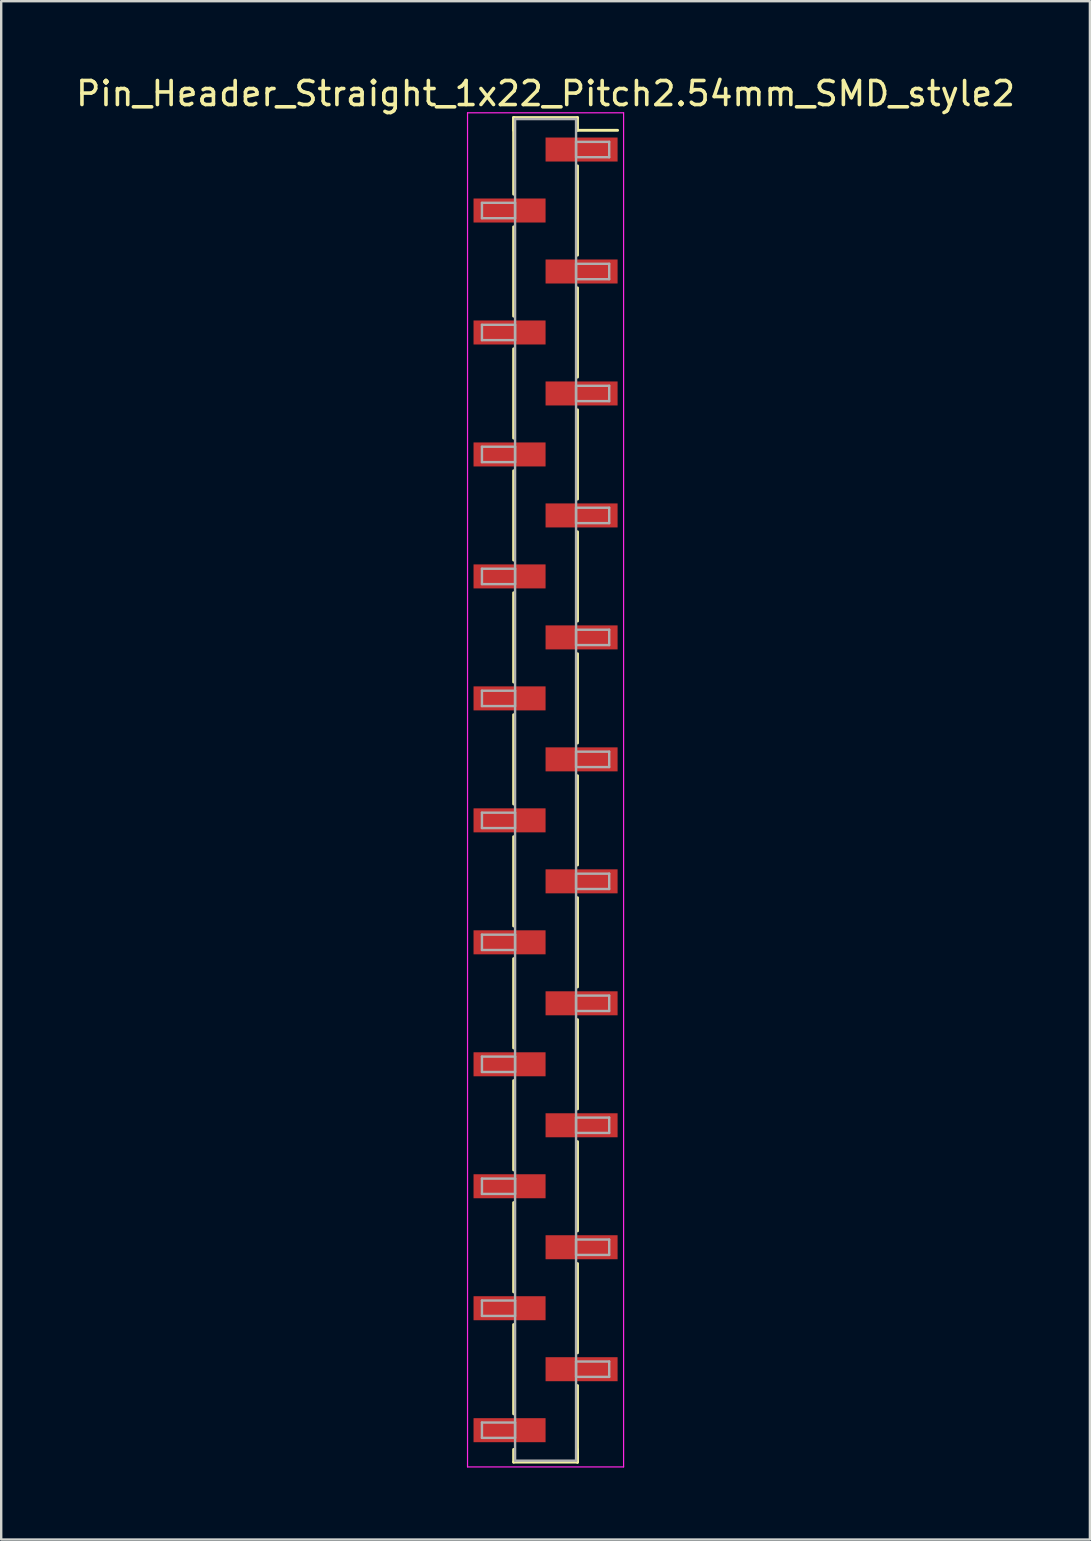
<source format=kicad_pcb>
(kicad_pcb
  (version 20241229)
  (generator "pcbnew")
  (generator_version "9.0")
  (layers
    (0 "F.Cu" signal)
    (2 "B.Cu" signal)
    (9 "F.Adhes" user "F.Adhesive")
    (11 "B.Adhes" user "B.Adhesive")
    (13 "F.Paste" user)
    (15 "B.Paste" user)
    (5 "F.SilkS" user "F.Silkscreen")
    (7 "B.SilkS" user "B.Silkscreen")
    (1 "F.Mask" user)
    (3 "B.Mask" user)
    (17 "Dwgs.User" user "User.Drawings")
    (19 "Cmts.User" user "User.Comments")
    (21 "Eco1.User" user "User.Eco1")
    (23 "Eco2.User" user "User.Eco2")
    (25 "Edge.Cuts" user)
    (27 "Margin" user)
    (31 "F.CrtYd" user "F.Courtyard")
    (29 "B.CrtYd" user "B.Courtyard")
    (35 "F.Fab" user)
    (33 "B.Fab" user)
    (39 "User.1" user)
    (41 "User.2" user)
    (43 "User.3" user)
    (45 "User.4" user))
  (footprint "Pin_Header_Straight_1x22_Pitch2.54mm_SMD_style2"
    (layer "F.Cu")
    (at 19.673 29.848)
    (property "Reference" "Pin_Header_Straight_1x22_Pitch2.54mm_SMD_style2" (at 0 -29 0) (layer "F.SilkS") (effects (font (size 1 1) (thickness 0.15))))
    (attr smd)
    (fp_line (start -1.33 -28) (end -1.33 -24.81) (stroke (width 0.12) (type solid)) (layer "F.SilkS"))
    (fp_line (start -1.33 -28) (end 1.33 -28) (stroke (width 0.12) (type solid)) (layer "F.SilkS"))
    (fp_line (start -1.33 -27.47) (end -1.33 -28) (stroke (width 0.12) (type solid)) (layer "F.SilkS"))
    (fp_line (start -1.33 -23.45) (end -1.33 -19.73) (stroke (width 0.12) (type solid)) (layer "F.SilkS"))
    (fp_line (start -1.33 -18.37) (end -1.33 -14.65) (stroke (width 0.12) (type solid)) (layer "F.SilkS"))
    (fp_line (start -1.33 -13.29) (end -1.33 -9.57) (stroke (width 0.12) (type solid)) (layer "F.SilkS"))
    (fp_line (start -1.33 -8.21) (end -1.33 -4.49) (stroke (width 0.12) (type solid)) (layer "F.SilkS"))
    (fp_line (start -1.33 -3.13) (end -1.33 0.59) (stroke (width 0.12) (type solid)) (layer "F.SilkS"))
    (fp_line (start -1.33 1.95) (end -1.33 5.67) (stroke (width 0.12) (type solid)) (layer "F.SilkS"))
    (fp_line (start -1.33 7.03) (end -1.33 10.75) (stroke (width 0.12) (type solid)) (layer "F.SilkS"))
    (fp_line (start -1.33 12.11) (end -1.33 15.83) (stroke (width 0.12) (type solid)) (layer "F.SilkS"))
    (fp_line (start -1.33 17.19) (end -1.33 20.91) (stroke (width 0.12) (type solid)) (layer "F.SilkS"))
    (fp_line (start -1.33 22.27) (end -1.33 25.99) (stroke (width 0.12) (type solid)) (layer "F.SilkS"))
    (fp_line (start -1.33 27.47) (end -1.33 28) (stroke (width 0.12) (type solid)) (layer "F.SilkS"))
    (fp_line (start -1.33 28) (end 1.33 28) (stroke (width 0.12) (type solid)) (layer "F.SilkS"))
    (fp_line (start 1.33 -28) (end 1.33 -27.47) (stroke (width 0.12) (type solid)) (layer "F.SilkS"))
    (fp_line (start 1.33 -27.47) (end 3 -27.47) (stroke (width 0.12) (type solid)) (layer "F.SilkS"))
    (fp_line (start 1.33 -25.99) (end 1.33 -22.27) (stroke (width 0.12) (type solid)) (layer "F.SilkS"))
    (fp_line (start 1.33 -20.91) (end 1.33 -17.19) (stroke (width 0.12) (type solid)) (layer "F.SilkS"))
    (fp_line (start 1.33 -15.83) (end 1.33 -12.11) (stroke (width 0.12) (type solid)) (layer "F.SilkS"))
    (fp_line (start 1.33 -10.75) (end 1.33 -7.03) (stroke (width 0.12) (type solid)) (layer "F.SilkS"))
    (fp_line (start 1.33 -5.67) (end 1.33 -1.95) (stroke (width 0.12) (type solid)) (layer "F.SilkS"))
    (fp_line (start 1.33 -0.59) (end 1.33 3.13) (stroke (width 0.12) (type solid)) (layer "F.SilkS"))
    (fp_line (start 1.33 4.49) (end 1.33 8.21) (stroke (width 0.12) (type solid)) (layer "F.SilkS"))
    (fp_line (start 1.33 9.57) (end 1.33 13.29) (stroke (width 0.12) (type solid)) (layer "F.SilkS"))
    (fp_line (start 1.33 14.65) (end 1.33 18.37) (stroke (width 0.12) (type solid)) (layer "F.SilkS"))
    (fp_line (start 1.33 19.73) (end 1.33 23.45) (stroke (width 0.12) (type solid)) (layer "F.SilkS"))
    (fp_line (start 1.33 24.81) (end 1.33 28) (stroke (width 0.12) (type solid)) (layer "F.SilkS"))
    (fp_line (start 1.33 28) (end 1.33 27.47) (stroke (width 0.12) (type solid)) (layer "F.SilkS"))
    (fp_line (start -3.25 -28.2) (end -3.25 28.2) (stroke (width 0.05) (type solid)) (layer "F.CrtYd"))
    (fp_line (start -3.25 28.2) (end 3.25 28.2) (stroke (width 0.05) (type solid)) (layer "F.CrtYd"))
    (fp_line (start 3.25 -28.2) (end -3.25 -28.2) (stroke (width 0.05) (type solid)) (layer "F.CrtYd"))
    (fp_line (start 3.25 28.2) (end 3.25 -28.2) (stroke (width 0.05) (type solid)) (layer "F.CrtYd"))
    (fp_line (start -2.65 -24.45) (end -1.27 -24.45) (stroke (width 0.1) (type solid)) (layer "F.Fab"))
    (fp_line (start -2.65 -23.81) (end -2.65 -24.45) (stroke (width 0.1) (type solid)) (layer "F.Fab"))
    (fp_line (start -2.65 -19.37) (end -1.27 -19.37) (stroke (width 0.1) (type solid)) (layer "F.Fab"))
    (fp_line (start -2.65 -18.73) (end -2.65 -19.37) (stroke (width 0.1) (type solid)) (layer "F.Fab"))
    (fp_line (start -2.65 -14.29) (end -1.27 -14.29) (stroke (width 0.1) (type solid)) (layer "F.Fab"))
    (fp_line (start -2.65 -13.65) (end -2.65 -14.29) (stroke (width 0.1) (type solid)) (layer "F.Fab"))
    (fp_line (start -2.65 -9.21) (end -1.27 -9.21) (stroke (width 0.1) (type solid)) (layer "F.Fab"))
    (fp_line (start -2.65 -8.57) (end -2.65 -9.21) (stroke (width 0.1) (type solid)) (layer "F.Fab"))
    (fp_line (start -2.65 -4.13) (end -1.27 -4.13) (stroke (width 0.1) (type solid)) (layer "F.Fab"))
    (fp_line (start -2.65 -3.49) (end -2.65 -4.13) (stroke (width 0.1) (type solid)) (layer "F.Fab"))
    (fp_line (start -2.65 0.95) (end -1.27 0.95) (stroke (width 0.1) (type solid)) (layer "F.Fab"))
    (fp_line (start -2.65 1.59) (end -2.65 0.95) (stroke (width 0.1) (type solid)) (layer "F.Fab"))
    (fp_line (start -2.65 6.03) (end -1.27 6.03) (stroke (width 0.1) (type solid)) (layer "F.Fab"))
    (fp_line (start -2.65 6.67) (end -2.65 6.03) (stroke (width 0.1) (type solid)) (layer "F.Fab"))
    (fp_line (start -2.65 11.11) (end -1.27 11.11) (stroke (width 0.1) (type solid)) (layer "F.Fab"))
    (fp_line (start -2.65 11.75) (end -2.65 11.11) (stroke (width 0.1) (type solid)) (layer "F.Fab"))
    (fp_line (start -2.65 16.19) (end -1.27 16.19) (stroke (width 0.1) (type solid)) (layer "F.Fab"))
    (fp_line (start -2.65 16.83) (end -2.65 16.19) (stroke (width 0.1) (type solid)) (layer "F.Fab"))
    (fp_line (start -2.65 21.27) (end -1.27 21.27) (stroke (width 0.1) (type solid)) (layer "F.Fab"))
    (fp_line (start -2.65 21.91) (end -2.65 21.27) (stroke (width 0.1) (type solid)) (layer "F.Fab"))
    (fp_line (start -2.65 26.35) (end -1.27 26.35) (stroke (width 0.1) (type solid)) (layer "F.Fab"))
    (fp_line (start -2.65 26.99) (end -2.65 26.35) (stroke (width 0.1) (type solid)) (layer "F.Fab"))
    (fp_line (start -1.27 -27.94) (end -1.27 27.94) (stroke (width 0.1) (type solid)) (layer "F.Fab"))
    (fp_line (start -1.27 -24.45) (end -1.27 -23.81) (stroke (width 0.1) (type solid)) (layer "F.Fab"))
    (fp_line (start -1.27 -23.81) (end -2.65 -23.81) (stroke (width 0.1) (type solid)) (layer "F.Fab"))
    (fp_line (start -1.27 -19.37) (end -1.27 -18.73) (stroke (width 0.1) (type solid)) (layer "F.Fab"))
    (fp_line (start -1.27 -18.73) (end -2.65 -18.73) (stroke (width 0.1) (type solid)) (layer "F.Fab"))
    (fp_line (start -1.27 -14.29) (end -1.27 -13.65) (stroke (width 0.1) (type solid)) (layer "F.Fab"))
    (fp_line (start -1.27 -13.65) (end -2.65 -13.65) (stroke (width 0.1) (type solid)) (layer "F.Fab"))
    (fp_line (start -1.27 -9.21) (end -1.27 -8.57) (stroke (width 0.1) (type solid)) (layer "F.Fab"))
    (fp_line (start -1.27 -8.57) (end -2.65 -8.57) (stroke (width 0.1) (type solid)) (layer "F.Fab"))
    (fp_line (start -1.27 -4.13) (end -1.27 -3.49) (stroke (width 0.1) (type solid)) (layer "F.Fab"))
    (fp_line (start -1.27 -3.49) (end -2.65 -3.49) (stroke (width 0.1) (type solid)) (layer "F.Fab"))
    (fp_line (start -1.27 0.95) (end -1.27 1.59) (stroke (width 0.1) (type solid)) (layer "F.Fab"))
    (fp_line (start -1.27 1.59) (end -2.65 1.59) (stroke (width 0.1) (type solid)) (layer "F.Fab"))
    (fp_line (start -1.27 6.03) (end -1.27 6.67) (stroke (width 0.1) (type solid)) (layer "F.Fab"))
    (fp_line (start -1.27 6.67) (end -2.65 6.67) (stroke (width 0.1) (type solid)) (layer "F.Fab"))
    (fp_line (start -1.27 11.11) (end -1.27 11.75) (stroke (width 0.1) (type solid)) (layer "F.Fab"))
    (fp_line (start -1.27 11.75) (end -2.65 11.75) (stroke (width 0.1) (type solid)) (layer "F.Fab"))
    (fp_line (start -1.27 16.19) (end -1.27 16.83) (stroke (width 0.1) (type solid)) (layer "F.Fab"))
    (fp_line (start -1.27 16.83) (end -2.65 16.83) (stroke (width 0.1) (type solid)) (layer "F.Fab"))
    (fp_line (start -1.27 21.27) (end -1.27 21.91) (stroke (width 0.1) (type solid)) (layer "F.Fab"))
    (fp_line (start -1.27 21.91) (end -2.65 21.91) (stroke (width 0.1) (type solid)) (layer "F.Fab"))
    (fp_line (start -1.27 26.35) (end -1.27 26.99) (stroke (width 0.1) (type solid)) (layer "F.Fab"))
    (fp_line (start -1.27 26.99) (end -2.65 26.99) (stroke (width 0.1) (type solid)) (layer "F.Fab"))
    (fp_line (start -1.27 27.94) (end 1.27 27.94) (stroke (width 0.1) (type solid)) (layer "F.Fab"))
    (fp_line (start 1.27 -27.94) (end -1.27 -27.94) (stroke (width 0.1) (type solid)) (layer "F.Fab"))
    (fp_line (start 1.27 -26.99) (end 1.27 -26.35) (stroke (width 0.1) (type solid)) (layer "F.Fab"))
    (fp_line (start 1.27 -26.35) (end 2.65 -26.35) (stroke (width 0.1) (type solid)) (layer "F.Fab"))
    (fp_line (start 1.27 -21.91) (end 1.27 -21.27) (stroke (width 0.1) (type solid)) (layer "F.Fab"))
    (fp_line (start 1.27 -21.27) (end 2.65 -21.27) (stroke (width 0.1) (type solid)) (layer "F.Fab"))
    (fp_line (start 1.27 -16.83) (end 1.27 -16.19) (stroke (width 0.1) (type solid)) (layer "F.Fab"))
    (fp_line (start 1.27 -16.19) (end 2.65 -16.19) (stroke (width 0.1) (type solid)) (layer "F.Fab"))
    (fp_line (start 1.27 -11.75) (end 1.27 -11.11) (stroke (width 0.1) (type solid)) (layer "F.Fab"))
    (fp_line (start 1.27 -11.11) (end 2.65 -11.11) (stroke (width 0.1) (type solid)) (layer "F.Fab"))
    (fp_line (start 1.27 -6.67) (end 1.27 -6.03) (stroke (width 0.1) (type solid)) (layer "F.Fab"))
    (fp_line (start 1.27 -6.03) (end 2.65 -6.03) (stroke (width 0.1) (type solid)) (layer "F.Fab"))
    (fp_line (start 1.27 -1.59) (end 1.27 -0.95) (stroke (width 0.1) (type solid)) (layer "F.Fab"))
    (fp_line (start 1.27 -0.95) (end 2.65 -0.95) (stroke (width 0.1) (type solid)) (layer "F.Fab"))
    (fp_line (start 1.27 3.49) (end 1.27 4.13) (stroke (width 0.1) (type solid)) (layer "F.Fab"))
    (fp_line (start 1.27 4.13) (end 2.65 4.13) (stroke (width 0.1) (type solid)) (layer "F.Fab"))
    (fp_line (start 1.27 8.57) (end 1.27 9.21) (stroke (width 0.1) (type solid)) (layer "F.Fab"))
    (fp_line (start 1.27 9.21) (end 2.65 9.21) (stroke (width 0.1) (type solid)) (layer "F.Fab"))
    (fp_line (start 1.27 13.65) (end 1.27 14.29) (stroke (width 0.1) (type solid)) (layer "F.Fab"))
    (fp_line (start 1.27 14.29) (end 2.65 14.29) (stroke (width 0.1) (type solid)) (layer "F.Fab"))
    (fp_line (start 1.27 18.73) (end 1.27 19.37) (stroke (width 0.1) (type solid)) (layer "F.Fab"))
    (fp_line (start 1.27 19.37) (end 2.65 19.37) (stroke (width 0.1) (type solid)) (layer "F.Fab"))
    (fp_line (start 1.27 23.81) (end 1.27 24.45) (stroke (width 0.1) (type solid)) (layer "F.Fab"))
    (fp_line (start 1.27 24.45) (end 2.65 24.45) (stroke (width 0.1) (type solid)) (layer "F.Fab"))
    (fp_line (start 1.27 27.94) (end 1.27 -27.94) (stroke (width 0.1) (type solid)) (layer "F.Fab"))
    (fp_line (start 2.65 -26.99) (end 1.27 -26.99) (stroke (width 0.1) (type solid)) (layer "F.Fab"))
    (fp_line (start 2.65 -26.35) (end 2.65 -26.99) (stroke (width 0.1) (type solid)) (layer "F.Fab"))
    (fp_line (start 2.65 -21.91) (end 1.27 -21.91) (stroke (width 0.1) (type solid)) (layer "F.Fab"))
    (fp_line (start 2.65 -21.27) (end 2.65 -21.91) (stroke (width 0.1) (type solid)) (layer "F.Fab"))
    (fp_line (start 2.65 -16.83) (end 1.27 -16.83) (stroke (width 0.1) (type solid)) (layer "F.Fab"))
    (fp_line (start 2.65 -16.19) (end 2.65 -16.83) (stroke (width 0.1) (type solid)) (layer "F.Fab"))
    (fp_line (start 2.65 -11.75) (end 1.27 -11.75) (stroke (width 0.1) (type solid)) (layer "F.Fab"))
    (fp_line (start 2.65 -11.11) (end 2.65 -11.75) (stroke (width 0.1) (type solid)) (layer "F.Fab"))
    (fp_line (start 2.65 -6.67) (end 1.27 -6.67) (stroke (width 0.1) (type solid)) (layer "F.Fab"))
    (fp_line (start 2.65 -6.03) (end 2.65 -6.67) (stroke (width 0.1) (type solid)) (layer "F.Fab"))
    (fp_line (start 2.65 -1.59) (end 1.27 -1.59) (stroke (width 0.1) (type solid)) (layer "F.Fab"))
    (fp_line (start 2.65 -0.95) (end 2.65 -1.59) (stroke (width 0.1) (type solid)) (layer "F.Fab"))
    (fp_line (start 2.65 3.49) (end 1.27 3.49) (stroke (width 0.1) (type solid)) (layer "F.Fab"))
    (fp_line (start 2.65 4.13) (end 2.65 3.49) (stroke (width 0.1) (type solid)) (layer "F.Fab"))
    (fp_line (start 2.65 8.57) (end 1.27 8.57) (stroke (width 0.1) (type solid)) (layer "F.Fab"))
    (fp_line (start 2.65 9.21) (end 2.65 8.57) (stroke (width 0.1) (type solid)) (layer "F.Fab"))
    (fp_line (start 2.65 13.65) (end 1.27 13.65) (stroke (width 0.1) (type solid)) (layer "F.Fab"))
    (fp_line (start 2.65 14.29) (end 2.65 13.65) (stroke (width 0.1) (type solid)) (layer "F.Fab"))
    (fp_line (start 2.65 18.73) (end 1.27 18.73) (stroke (width 0.1) (type solid)) (layer "F.Fab"))
    (fp_line (start 2.65 19.37) (end 2.65 18.73) (stroke (width 0.1) (type solid)) (layer "F.Fab"))
    (fp_line (start 2.65 23.81) (end 1.27 23.81) (stroke (width 0.1) (type solid)) (layer "F.Fab"))
    (fp_line (start 2.65 24.45) (end 2.65 23.81) (stroke (width 0.1) (type solid)) (layer "F.Fab"))
    (pad "1" smd rect (at 1.5 -26.67) (size 3 1) (layers "F.Cu" "F.Mask"))
    (pad "2" smd rect (at -1.5 -24.13) (size 3 1) (layers "F.Cu" "F.Mask"))
    (pad "3" smd rect (at 1.5 -21.59) (size 3 1) (layers "F.Cu" "F.Mask"))
    (pad "4" smd rect (at -1.5 -19.05) (size 3 1) (layers "F.Cu" "F.Mask"))
    (pad "5" smd rect (at 1.5 -16.51) (size 3 1) (layers "F.Cu" "F.Mask"))
    (pad "6" smd rect (at -1.5 -13.97) (size 3 1) (layers "F.Cu" "F.Mask"))
    (pad "7" smd rect (at 1.5 -11.43) (size 3 1) (layers "F.Cu" "F.Mask"))
    (pad "8" smd rect (at -1.5 -8.89) (size 3 1) (layers "F.Cu" "F.Mask"))
    (pad "9" smd rect (at 1.5 -6.35) (size 3 1) (layers "F.Cu" "F.Mask"))
    (pad "10" smd rect (at -1.5 -3.81) (size 3 1) (layers "F.Cu" "F.Mask"))
    (pad "11" smd rect (at 1.5 -1.27) (size 3 1) (layers "F.Cu" "F.Mask"))
    (pad "12" smd rect (at -1.5 1.27) (size 3 1) (layers "F.Cu" "F.Mask"))
    (pad "13" smd rect (at 1.5 3.81) (size 3 1) (layers "F.Cu" "F.Mask"))
    (pad "14" smd rect (at -1.5 6.35) (size 3 1) (layers "F.Cu" "F.Mask"))
    (pad "15" smd rect (at 1.5 8.89) (size 3 1) (layers "F.Cu" "F.Mask"))
    (pad "16" smd rect (at -1.5 11.43) (size 3 1) (layers "F.Cu" "F.Mask"))
    (pad "17" smd rect (at 1.5 13.97) (size 3 1) (layers "F.Cu" "F.Mask"))
    (pad "18" smd rect (at -1.5 16.51) (size 3 1) (layers "F.Cu" "F.Mask"))
    (pad "19" smd rect (at 1.5 19.05) (size 3 1) (layers "F.Cu" "F.Mask"))
    (pad "20" smd rect (at -1.5 21.59) (size 3 1) (layers "F.Cu" "F.Mask"))
    (pad "21" smd rect (at 1.5 24.13) (size 3 1) (layers "F.Cu" "F.Mask"))
    (pad "22" smd rect (at -1.5 26.67) (size 3 1) (layers "F.Cu" "F.Mask")))
  (gr_rect
    (start -3 -3)
    (end 42.345 61.073)
    (stroke (width 0.1) (type default))
    (fill no)
    (layer "Edge.Cuts")))
</source>
